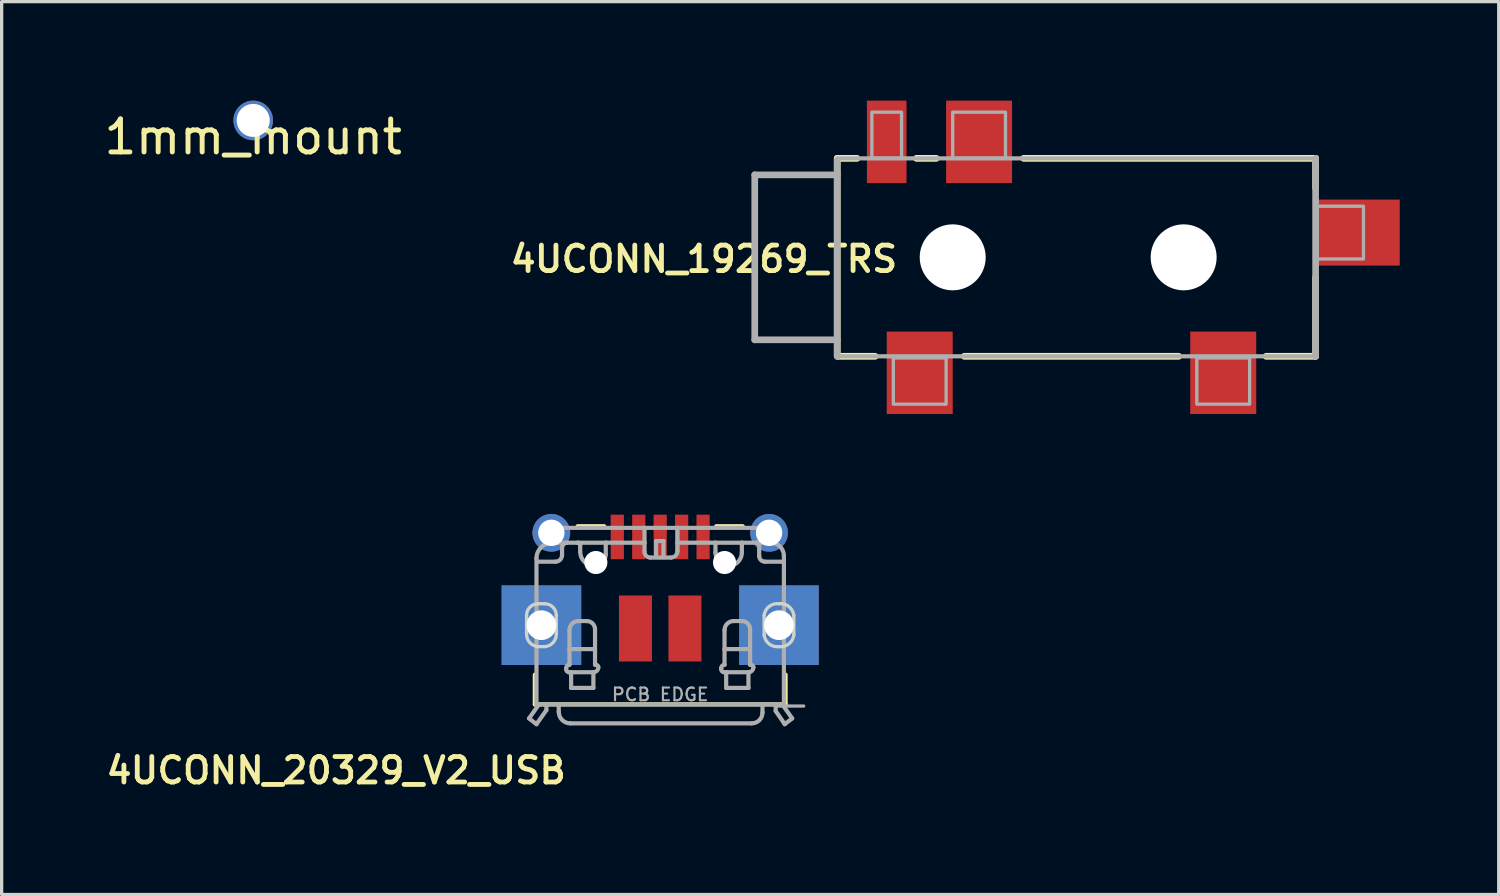
<source format=kicad_pcb>
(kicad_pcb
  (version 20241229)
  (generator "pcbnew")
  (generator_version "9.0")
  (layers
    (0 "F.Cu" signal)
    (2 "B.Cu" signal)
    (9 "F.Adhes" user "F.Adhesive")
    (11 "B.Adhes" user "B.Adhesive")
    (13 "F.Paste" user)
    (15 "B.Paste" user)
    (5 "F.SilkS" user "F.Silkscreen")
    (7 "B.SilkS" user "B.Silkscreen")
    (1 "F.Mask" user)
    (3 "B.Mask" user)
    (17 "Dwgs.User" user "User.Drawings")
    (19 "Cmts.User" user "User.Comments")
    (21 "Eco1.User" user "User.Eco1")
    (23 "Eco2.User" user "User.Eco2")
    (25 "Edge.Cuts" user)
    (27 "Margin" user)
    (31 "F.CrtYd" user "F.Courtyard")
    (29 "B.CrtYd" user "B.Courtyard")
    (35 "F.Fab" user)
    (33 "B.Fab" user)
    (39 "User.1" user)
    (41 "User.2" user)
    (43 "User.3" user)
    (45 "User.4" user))
  (footprint "4UCONN_19269_TRS"
    (layer "F.Cu")
    (at 22.327 4.75)
    (property "Reference" "4UCONN_19269_TRS" (at 1.9 -0.4 0) (layer "F.SilkS") (effects (font (size 0.772 0.772) (thickness 0.146)) (justify right top)))
    (attr through_hole)
    (fp_line (start 0 -3) (end 0 3) (stroke (width 0.203) (type solid)) (layer "F.SilkS"))
    (fp_line (start 0 -3) (end 0.6 -3) (stroke (width 0.203) (type solid)) (layer "F.SilkS"))
    (fp_line (start 0.05 3) (end 1.15 3) (stroke (width 0.203) (type solid)) (layer "F.SilkS"))
    (fp_line (start 2.4 -3) (end 3 -3) (stroke (width 0.203) (type solid)) (layer "F.SilkS"))
    (fp_line (start 3.85 3) (end 10.35 3) (stroke (width 0.203) (type solid)) (layer "F.SilkS"))
    (fp_line (start 14.5 -3) (end 5.65 -3) (stroke (width 0.203) (type solid)) (layer "F.SilkS"))
    (fp_line (start 14.5 -3) (end 14.5 -2.1) (stroke (width 0.203) (type solid)) (layer "F.SilkS"))
    (fp_line (start 14.5 3) (end 13 3) (stroke (width 0.203) (type solid)) (layer "F.SilkS"))
    (fp_line (start 14.5 3) (end 14.5 0.6) (stroke (width 0.203) (type solid)) (layer "F.SilkS"))
    (fp_line (start -2.5 -2.5) (end -2.5 2.5) (stroke (width 0.203) (type solid)) (layer "F.Fab"))
    (fp_line (start -2.5 2.5) (end 0 2.5) (stroke (width 0.203) (type solid)) (layer "F.Fab"))
    (fp_line (start 0 -3) (end 14.5 -3) (stroke (width 0.127) (type solid)) (layer "F.Fab"))
    (fp_line (start 0 -2.5) (end -2.5 -2.5) (stroke (width 0.203) (type solid)) (layer "F.Fab"))
    (fp_line (start 0 -2.5) (end 0 -2.95) (stroke (width 0.203) (type solid)) (layer "F.Fab"))
    (fp_line (start 0 2.5) (end 0 -2.5) (stroke (width 0.203) (type solid)) (layer "F.Fab"))
    (fp_line (start 0 3) (end 0 2.5) (stroke (width 0.203) (type solid)) (layer "F.Fab"))
    (fp_line (start 14.5 -3) (end 14.5 3) (stroke (width 0.203) (type solid)) (layer "F.Fab"))
    (fp_line (start 14.5 3) (end 0 3) (stroke (width 0.127) (type solid)) (layer "F.Fab"))
    (fp_poly (pts (xy 1.05 -3) (xy 1.95 -3) (xy 1.95 -4.4) (xy 1.05 -4.4)) (stroke (width 0.1) (type solid)) (fill no) (layer "F.Fab"))
    (fp_poly (pts (xy 1.7 4.45) (xy 3.3 4.45) (xy 3.3 3.05) (xy 1.7 3.05)) (stroke (width 0.1) (type solid)) (fill no) (layer "F.Fab"))
    (fp_poly (pts (xy 3.5 -3) (xy 5.1 -3) (xy 5.1 -4.4) (xy 3.5 -4.4)) (stroke (width 0.1) (type solid)) (fill no) (layer "F.Fab"))
    (fp_poly (pts (xy 10.9 4.45) (xy 12.5 4.45) (xy 12.5 3.05) (xy 10.9 3.05)) (stroke (width 0.1) (type solid)) (fill no) (layer "F.Fab"))
    (fp_poly (pts (xy 15.95 0.05) (xy 15.95 -1.55) (xy 14.55 -1.55) (xy 14.55 0.05)) (stroke (width 0.1) (type solid)) (fill no) (layer "F.Fab"))
    (pad "" np_thru_hole circle (at 3.5 0) (size 2 2) (drill 2) (layers "*.Cu" "*.Mask"))
    (pad "" np_thru_hole circle (at 10.5 0) (size 2 2) (drill 2) (layers "*.Cu" "*.Mask"))
    (pad "R" smd rect (at 4.3 -3.5) (size 2 2.5) (layers "F.Cu" "F.Mask" "F.Paste"))
    (pad "RN" smd rect (at 1.5 -3.5) (size 1.2 2.5) (layers "F.Cu" "F.Mask" "F.Paste"))
    (pad "S" smd rect (at 2.5 3.5) (size 2 2.5) (layers "F.Cu" "F.Mask" "F.Paste"))
    (pad "T" smd rect (at 11.7 3.5) (size 2 2.5) (layers "F.Cu" "F.Mask" "F.Paste"))
    (pad "TN" smd rect (at 15.8 -0.75 90) (size 2 2.5) (layers "F.Cu" "F.Mask" "F.Paste")))
  (footprint "4UCONN_20329_V2_USB"
    (layer "F.Cu")
    (at 16.961 14)
    (property "Reference" "4UCONN_20329_V2_USB" (at -2.778 5.852 0) (layer "F.SilkS") (effects (font (size 0.772 0.772) (thickness 0.146)) (justify right top)))
    (attr through_hole)
    (fp_poly (pts (xy -1.55 -0.05) (xy -1.05 -0.05) (xy -1.05 -1.5) (xy -1.55 -1.5)) (stroke (width 0) (type solid)) (fill yes) (layer "F.Mask"))
    (fp_poly (pts (xy -0.9 -0.05) (xy -0.4 -0.05) (xy -0.4 -1.5) (xy -0.9 -1.5)) (stroke (width 0) (type solid)) (fill yes) (layer "F.Mask"))
    (fp_poly (pts (xy -0.25 -0.05) (xy 0.25 -0.05) (xy 0.25 -1.5) (xy -0.25 -1.5)) (stroke (width 0) (type solid)) (fill yes) (layer "F.Mask"))
    (fp_poly (pts (xy 0.4 -0.05) (xy 0.9 -0.05) (xy 0.9 -1.5) (xy 0.4 -1.5)) (stroke (width 0) (type solid)) (fill yes) (layer "F.Mask"))
    (fp_poly (pts (xy 1.05 -0.05) (xy 1.55 -0.05) (xy 1.55 -1.5) (xy 1.05 -1.5)) (stroke (width 0) (type solid)) (fill yes) (layer "F.Mask"))
    (fp_line (start -3.8 3.4) (end -3.8 4.3) (stroke (width 0.127) (type solid)) (layer "F.SilkS"))
    (fp_line (start -3.8 4.3) (end 3.8 4.3) (stroke (width 0.127) (type solid)) (layer "F.SilkS"))
    (fp_line (start -2.5 -1.1) (end -1.7 -1.1) (stroke (width 0.127) (type solid)) (layer "F.SilkS"))
    (fp_line (start 1.7 -1.1) (end 2.5 -1.1) (stroke (width 0.127) (type solid)) (layer "F.SilkS"))
    (fp_line (start 3.8 4.3) (end 3.8 3.4) (stroke (width 0.127) (type solid)) (layer "F.SilkS"))
    (fp_poly (pts (xy -4.85 3.15) (xy -2.35 3.15) (xy -2.35 0.65) (xy -4.85 0.65)) (stroke (width 0) (type solid)) (fill yes) (layer "F.Paste"))
    (fp_poly (pts (xy -1.45 -0.15) (xy -1.15 -0.15) (xy -1.15 -1.4) (xy -1.45 -1.4)) (stroke (width 0) (type solid)) (fill yes) (layer "F.Paste"))
    (fp_poly (pts (xy -0.8 -0.15) (xy -0.5 -0.15) (xy -0.5 -1.4) (xy -0.8 -1.4)) (stroke (width 0) (type solid)) (fill yes) (layer "F.Paste"))
    (fp_poly (pts (xy -0.15 -0.15) (xy 0.15 -0.15) (xy 0.15 -1.4) (xy -0.15 -1.4)) (stroke (width 0) (type solid)) (fill yes) (layer "F.Paste"))
    (fp_poly (pts (xy 0.5 -0.15) (xy 0.8 -0.15) (xy 0.8 -1.4) (xy 0.5 -1.4)) (stroke (width 0) (type solid)) (fill yes) (layer "F.Paste"))
    (fp_poly (pts (xy 1.15 -0.15) (xy 1.45 -0.15) (xy 1.45 -1.4) (xy 1.15 -1.4)) (stroke (width 0) (type solid)) (fill yes) (layer "F.Paste"))
    (fp_poly (pts (xy 2.35 3.15) (xy 4.85 3.15) (xy 4.85 0.65) (xy 2.35 0.65)) (stroke (width 0) (type solid)) (fill yes) (layer "F.Paste"))
    (fp_poly (pts (xy -5.05 -0.9) (xy -5.014 -0.724) (xy -4.925 -0.567) (xy -4.793 -0.445) (xy -4.45 -0.35) (xy -3.35 -0.35) (xy -3.171 -0.37) (xy -3.007 -0.445) (xy -2.875 -0.567) (xy -2.786 -0.724) (xy -2.75 -0.9) (xy -2.786 -1.076) (xy -2.875 -1.233) (xy -3.007 -1.355) (xy -3.35 -1.45) (xy -4.45 -1.45) (xy -4.629 -1.43) (xy -4.793 -1.355) (xy -4.925 -1.233)) (stroke (width 0) (type solid)) (fill yes) (layer "F.Paste"))
    (fp_poly (pts (xy 2.75 -0.9) (xy 2.786 -0.724) (xy 2.875 -0.567) (xy 3.007 -0.445) (xy 3.35 -0.35) (xy 4.45 -0.35) (xy 4.629 -0.37) (xy 4.793 -0.445) (xy 4.925 -0.567) (xy 5.014 -0.724) (xy 5.05 -0.9) (xy 5.014 -1.076) (xy 4.925 -1.233) (xy 4.793 -1.355) (xy 4.45 -1.45) (xy 3.35 -1.45) (xy 3.171 -1.43) (xy 3.007 -1.355) (xy 2.875 -1.233)) (stroke (width 0) (type solid)) (fill yes) (layer "F.Paste"))
    (fp_line (start -4.05 2.15) (end -4.05 1.6) (stroke (width 0.1) (type solid)) (layer "Edge.Cuts"))
    (fp_line (start -3.7 1.25) (end -3.5 1.25) (stroke (width 0.1) (type solid)) (layer "Edge.Cuts"))
    (fp_line (start -3.5 2.55) (end -3.7 2.55) (stroke (width 0.1) (type solid)) (layer "Edge.Cuts"))
    (fp_line (start -3.15 1.6) (end -3.15 2.15) (stroke (width 0.1) (type solid)) (layer "Edge.Cuts"))
    (fp_line (start 3.15 2.2) (end 3.15 1.6) (stroke (width 0.1) (type solid)) (layer "Edge.Cuts"))
    (fp_line (start 4.05 1.6) (end 4.05 2.2) (stroke (width 0.1) (type solid)) (layer "Edge.Cuts"))
    (fp_arc (start -4.05 1.6) (mid -3.947487 1.352513) (end -3.7 1.25) (stroke (width 0.1) (type solid)) (layer "Edge.Cuts"))
    (fp_arc (start -3.7 2.55) (mid -3.957843 2.422487) (end -4.05 2.15) (stroke (width 0.1) (type solid)) (layer "Edge.Cuts"))
    (fp_arc (start -3.5 1.25) (mid -3.252513 1.352513) (end -3.15 1.6) (stroke (width 0.1) (type solid)) (layer "Edge.Cuts"))
    (fp_arc (start -3.15 2.15) (mid -3.242157 2.422487) (end -3.5 2.55) (stroke (width 0.1) (type solid)) (layer "Edge.Cuts"))
    (fp_arc (start 3.15 1.6) (mid 3.302513 1.331802) (end 3.6 1.25) (stroke (width 0.1) (type solid)) (layer "Edge.Cuts"))
    (fp_arc (start 3.6 1.25) (mid 3.897487 1.331802) (end 4.05 1.6) (stroke (width 0.1) (type solid)) (layer "Edge.Cuts"))
    (fp_arc (start 3.6 2.55) (mid 3.302513 2.468198) (end 3.15 2.2) (stroke (width 0.1) (type solid)) (layer "Edge.Cuts"))
    (fp_arc (start 4.05 2.2) (mid 3.897487 2.468198) (end 3.6 2.55) (stroke (width 0.1) (type solid)) (layer "Edge.Cuts"))
    (fp_line (start -3.975 4.725) (end -3.75 4.9) (stroke (width 0.127) (type solid)) (layer "F.Fab"))
    (fp_line (start -3.975 4.725) (end -3.675 4.3) (stroke (width 0.127) (type solid)) (layer "F.Fab"))
    (fp_line (start -3.75 -0.125) (end -3.75 4.3) (stroke (width 0.127) (type solid)) (layer "F.Fab"))
    (fp_line (start -3.75 4.3) (end -3.675 4.3) (stroke (width 0.127) (type solid)) (layer "F.Fab"))
    (fp_line (start -3.75 4.9) (end -3.45 4.475) (stroke (width 0.127) (type solid)) (layer "F.Fab"))
    (fp_line (start -3.725 -0.025) (end -3.175 -0.025) (stroke (width 0.127) (type solid)) (layer "F.Fab"))
    (fp_line (start -3.675 4.3) (end -3.45 4.3) (stroke (width 0.127) (type solid)) (layer "F.Fab"))
    (fp_line (start -3.575 -1.05) (end -0.475 -1.05) (stroke (width 0.127) (type solid)) (layer "F.Fab"))
    (fp_line (start -3.575 -0.75) (end -3.575 -1.05) (stroke (width 0.127) (type solid)) (layer "F.Fab"))
    (fp_line (start -3.45 4.3) (end -3.075 4.3) (stroke (width 0.127) (type solid)) (layer "F.Fab"))
    (fp_line (start -3.45 4.475) (end -3.45 4.3) (stroke (width 0.127) (type solid)) (layer "F.Fab"))
    (fp_line (start -3.425 -0.75) (end -3.575 -0.75) (stroke (width 0.127) (type solid)) (layer "F.Fab"))
    (fp_line (start -3.425 -0.625) (end -3.425 -0.75) (stroke (width 0.127) (type solid)) (layer "F.Fab"))
    (fp_line (start -3.075 4.3) (end -3.075 4.525) (stroke (width 0.127) (type solid)) (layer "F.Fab"))
    (fp_line (start -3.075 4.3) (end 3.1 4.3) (stroke (width 0.127) (type solid)) (layer "F.Fab"))
    (fp_line (start -2.975 -0.225) (end -2.975 -0.45) (stroke (width 0.127) (type solid)) (layer "F.Fab"))
    (fp_line (start -2.85 3.225) (end -2.85 3.2) (stroke (width 0.127) (type solid)) (layer "F.Fab"))
    (fp_line (start -2.825 -0.6) (end -3.275 -0.6) (stroke (width 0.127) (type solid)) (layer "F.Fab"))
    (fp_line (start -2.825 -0.6) (end -2.5 -0.6) (stroke (width 0.127) (type solid)) (layer "F.Fab"))
    (fp_line (start -2.75 2.625) (end -2.75 2.05) (stroke (width 0.127) (type solid)) (layer "F.Fab"))
    (fp_line (start -2.75 2.625) (end -2 2.625) (stroke (width 0.127) (type solid)) (layer "F.Fab"))
    (fp_line (start -2.75 3.1) (end -2.75 2.625) (stroke (width 0.127) (type solid)) (layer "F.Fab"))
    (fp_line (start -2.725 4.875) (end 2.775 4.875) (stroke (width 0.127) (type solid)) (layer "F.Fab"))
    (fp_line (start -2.7 3.325) (end -2.775 3.325) (stroke (width 0.127) (type solid)) (layer "F.Fab"))
    (fp_line (start -2.7 3.325) (end -2 3.325) (stroke (width 0.127) (type solid)) (layer "F.Fab"))
    (fp_line (start -2.7 3.8) (end -2.7 3.325) (stroke (width 0.127) (type solid)) (layer "F.Fab"))
    (fp_line (start -2.475 1.775) (end -2.225 1.775) (stroke (width 0.127) (type solid)) (layer "F.Fab"))
    (fp_line (start -2.425 -0.525) (end -2.425 -0.325) (stroke (width 0.127) (type solid)) (layer "F.Fab"))
    (fp_line (start -2.025 3.325) (end -2.025 3.8) (stroke (width 0.127) (type solid)) (layer "F.Fab"))
    (fp_line (start -2.025 3.8) (end -2.7 3.8) (stroke (width 0.127) (type solid)) (layer "F.Fab"))
    (fp_line (start -1.975 2.025) (end -1.975 3.1) (stroke (width 0.127) (type solid)) (layer "F.Fab"))
    (fp_line (start -1.975 3.1) (end -1.95 3.1) (stroke (width 0.127) (type solid)) (layer "F.Fab"))
    (fp_line (start -1.65 -0.6) (end -2.5 -0.6) (stroke (width 0.127) (type solid)) (layer "F.Fab"))
    (fp_line (start -1.65 -0.25) (end -1.65 -0.6) (stroke (width 0.127) (type solid)) (layer "F.Fab"))
    (fp_line (start -0.475 -1.05) (end 0.525 -1.05) (stroke (width 0.127) (type solid)) (layer "F.Fab"))
    (fp_line (start -0.475 -0.6) (end -1.65 -0.6) (stroke (width 0.127) (type solid)) (layer "F.Fab"))
    (fp_line (start -0.475 -0.6) (end -0.475 -1.05) (stroke (width 0.127) (type solid)) (layer "F.Fab"))
    (fp_line (start -0.475 -0.325) (end -0.475 -0.6) (stroke (width 0.127) (type solid)) (layer "F.Fab"))
    (fp_line (start -0.125 -0.65) (end 0.1 -0.65) (stroke (width 0.127) (type solid)) (layer "F.Fab"))
    (fp_line (start -0.125 -0.175) (end -0.125 -0.65) (stroke (width 0.127) (type solid)) (layer "F.Fab"))
    (fp_line (start 0.1 -0.65) (end 0.1 -0.175) (stroke (width 0.127) (type solid)) (layer "F.Fab"))
    (fp_line (start 0.325 -0.15) (end -0.3 -0.15) (stroke (width 0.127) (type solid)) (layer "F.Fab"))
    (fp_line (start 0.525 -1.05) (end 0.525 -0.6) (stroke (width 0.127) (type solid)) (layer "F.Fab"))
    (fp_line (start 0.525 -1.05) (end 3.6 -1.05) (stroke (width 0.127) (type solid)) (layer "F.Fab"))
    (fp_line (start 0.525 -0.6) (end 0.525 -0.35) (stroke (width 0.127) (type solid)) (layer "F.Fab"))
    (fp_line (start 1.675 -0.6) (end 0.525 -0.6) (stroke (width 0.127) (type solid)) (layer "F.Fab"))
    (fp_line (start 1.675 -0.6) (end 1.675 -0.3) (stroke (width 0.127) (type solid)) (layer "F.Fab"))
    (fp_line (start 1.85 3.225) (end 1.85 3.2) (stroke (width 0.127) (type solid)) (layer "F.Fab"))
    (fp_line (start 1.95 2.625) (end 1.95 2.05) (stroke (width 0.127) (type solid)) (layer "F.Fab"))
    (fp_line (start 1.95 2.625) (end 2.7 2.625) (stroke (width 0.127) (type solid)) (layer "F.Fab"))
    (fp_line (start 1.95 3.1) (end 1.95 2.625) (stroke (width 0.127) (type solid)) (layer "F.Fab"))
    (fp_line (start 2 3.325) (end 1.925 3.325) (stroke (width 0.127) (type solid)) (layer "F.Fab"))
    (fp_line (start 2 3.325) (end 2.7 3.325) (stroke (width 0.127) (type solid)) (layer "F.Fab"))
    (fp_line (start 2 3.8) (end 2 3.325) (stroke (width 0.127) (type solid)) (layer "F.Fab"))
    (fp_line (start 2.225 1.775) (end 2.475 1.775) (stroke (width 0.127) (type solid)) (layer "F.Fab"))
    (fp_line (start 2.475 -0.6) (end 1.675 -0.6) (stroke (width 0.127) (type solid)) (layer "F.Fab"))
    (fp_line (start 2.475 -0.6) (end 2.925 -0.6) (stroke (width 0.127) (type solid)) (layer "F.Fab"))
    (fp_line (start 2.475 -0.3) (end 2.475 -0.6) (stroke (width 0.127) (type solid)) (layer "F.Fab"))
    (fp_line (start 2.675 3.325) (end 2.675 3.8) (stroke (width 0.127) (type solid)) (layer "F.Fab"))
    (fp_line (start 2.675 3.8) (end 2 3.8) (stroke (width 0.127) (type solid)) (layer "F.Fab"))
    (fp_line (start 2.725 2.025) (end 2.725 3.1) (stroke (width 0.127) (type solid)) (layer "F.Fab"))
    (fp_line (start 2.725 3.1) (end 2.75 3.1) (stroke (width 0.127) (type solid)) (layer "F.Fab"))
    (fp_line (start 3 -0.525) (end 3 -0.2) (stroke (width 0.127) (type solid)) (layer "F.Fab"))
    (fp_line (start 3.1 4.3) (end 3.7 4.3) (stroke (width 0.127) (type solid)) (layer "F.Fab"))
    (fp_line (start 3.1 4.55) (end 3.1 4.3) (stroke (width 0.127) (type solid)) (layer "F.Fab"))
    (fp_line (start 3.175 -0.025) (end 3.725 -0.025) (stroke (width 0.127) (type solid)) (layer "F.Fab"))
    (fp_line (start 3.35 -0.775) (end 3.35 -0.6) (stroke (width 0.127) (type solid)) (layer "F.Fab"))
    (fp_line (start 3.35 -0.6) (end 2.925 -0.6) (stroke (width 0.127) (type solid)) (layer "F.Fab"))
    (fp_line (start 3.5 4.35) (end 4.35 4.35) (stroke (width 0.1) (type solid)) (layer "F.Fab"))
    (fp_line (start 3.5 4.5) (end 3.5 4.35) (stroke (width 0.127) (type solid)) (layer "F.Fab"))
    (fp_line (start 3.6 -1.05) (end 3.6 -0.775) (stroke (width 0.127) (type solid)) (layer "F.Fab"))
    (fp_line (start 3.6 -0.775) (end 3.35 -0.775) (stroke (width 0.127) (type solid)) (layer "F.Fab"))
    (fp_line (start 3.7 4.3) (end 3.75 4.3) (stroke (width 0.127) (type solid)) (layer "F.Fab"))
    (fp_line (start 3.7 4.3) (end 4 4.725) (stroke (width 0.127) (type solid)) (layer "F.Fab"))
    (fp_line (start 3.75 4.3) (end 3.75 -0.2) (stroke (width 0.127) (type solid)) (layer "F.Fab"))
    (fp_line (start 3.775 4.9) (end 3.5 4.5) (stroke (width 0.127) (type solid)) (layer "F.Fab"))
    (fp_line (start 4 4.725) (end 3.775 4.9) (stroke (width 0.127) (type solid)) (layer "F.Fab"))
    (fp_arc (start -3.750001 -0.124999) (mid -3.610876 -0.460875) (end -3.275 -0.6) (stroke (width 0.127) (type solid)) (layer "F.Fab"))
    (fp_arc (start -2.975 -0.45) (mid -2.931066 -0.556066) (end -2.825 -0.6) (stroke (width 0.127) (type solid)) (layer "F.Fab"))
    (fp_arc (start -2.975 -0.225) (mid -3.033579 -0.083579) (end -3.175 -0.025) (stroke (width 0.127) (type solid)) (layer "F.Fab"))
    (fp_arc (start -2.85 3.2) (mid -2.820711 3.129289) (end -2.75 3.1) (stroke (width 0.127) (type solid)) (layer "F.Fab"))
    (fp_arc (start -2.775 3.325) (mid -2.833211 3.290533) (end -2.85 3.225) (stroke (width 0.127) (type solid)) (layer "F.Fab"))
    (fp_arc (start -2.75 2.05) (mid -2.669454 1.855546) (end -2.475 1.775) (stroke (width 0.127) (type solid)) (layer "F.Fab"))
    (fp_arc (start -2.725 4.875) (mid -2.972487 4.772487) (end -3.075 4.525) (stroke (width 0.127) (type solid)) (layer "F.Fab"))
    (fp_arc (start -2.5 -0.6) (mid -2.446967 -0.578033) (end -2.425 -0.525) (stroke (width 0.127) (type solid)) (layer "F.Fab"))
    (fp_arc (start -2.225 1.775) (mid -2.048223 1.848223) (end -1.975 2.025) (stroke (width 0.127) (type solid)) (layer "F.Fab"))
    (fp_arc (start -2 0.1) (mid -2.30052 -0.02448) (end -2.425 -0.325) (stroke (width 0.127) (type solid)) (layer "F.Fab"))
    (fp_arc (start -1.95 3.1) (mid -1.896967 3.121967) (end -1.875 3.175) (stroke (width 0.127) (type solid)) (layer "F.Fab"))
    (fp_arc (start -1.875 3.175) (mid -1.918934 3.281066) (end -2.025 3.325) (stroke (width 0.127) (type solid)) (layer "F.Fab"))
    (fp_arc (start -1.65 -0.25) (mid -1.752513 -0.002513) (end -2 0.1) (stroke (width 0.127) (type solid)) (layer "F.Fab"))
    (fp_arc (start -0.3 -0.15) (mid -0.423744 -0.201256) (end -0.475 -0.325) (stroke (width 0.127) (type solid)) (layer "F.Fab"))
    (fp_arc (start 0.525 -0.35) (mid 0.466421 -0.208579) (end 0.325 -0.15) (stroke (width 0.127) (type solid)) (layer "F.Fab"))
    (fp_arc (start 1.85 3.2) (mid 1.879289 3.129289) (end 1.95 3.1) (stroke (width 0.127) (type solid)) (layer "F.Fab"))
    (fp_arc (start 1.925 3.325) (mid 1.866789 3.290533) (end 1.85 3.225) (stroke (width 0.127) (type solid)) (layer "F.Fab"))
    (fp_arc (start 1.95 2.05) (mid 2.030546 1.855546) (end 2.225 1.775) (stroke (width 0.127) (type solid)) (layer "F.Fab"))
    (fp_arc (start 2.075 0.1) (mid 1.792157 -0.017157) (end 1.675 -0.3) (stroke (width 0.127) (type solid)) (layer "F.Fab"))
    (fp_arc (start 2.475 -0.3) (mid 2.357843 -0.017157) (end 2.075 0.1) (stroke (width 0.127) (type solid)) (layer "F.Fab"))
    (fp_arc (start 2.475 1.775) (mid 2.651777 1.848223) (end 2.725 2.025) (stroke (width 0.127) (type solid)) (layer "F.Fab"))
    (fp_arc (start 2.75 3.1) (mid 2.803033 3.121967) (end 2.825 3.175) (stroke (width 0.127) (type solid)) (layer "F.Fab"))
    (fp_arc (start 2.825 3.175) (mid 2.781066 3.281066) (end 2.675 3.325) (stroke (width 0.127) (type solid)) (layer "F.Fab"))
    (fp_arc (start 2.925 -0.6) (mid 2.978033 -0.578033) (end 3 -0.525) (stroke (width 0.127) (type solid)) (layer "F.Fab"))
    (fp_arc (start 3.1 4.55) (mid 3.00481 4.77981) (end 2.775 4.875) (stroke (width 0.127) (type solid)) (layer "F.Fab"))
    (fp_arc (start 3.175 -0.025) (mid 3.051256 -0.076256) (end 3 -0.2) (stroke (width 0.127) (type solid)) (layer "F.Fab"))
    (fp_arc (start 3.349999 -0.599999) (mid 3.632842 -0.482842) (end 3.75 -0.2) (stroke (width 0.127) (type solid)) (layer "F.Fab"))
    (fp_text user "PCB EDGE" (at 0 4 0) (layer "F.Fab") (effects (font (size 0.386 0.386) (thickness 0.065))))
    (pad "" np_thru_hole circle (at -1.95 0) (size 0.7 0.7) (drill 0.7) (layers "*.Cu" "*.Mask"))
    (pad "" np_thru_hole circle (at 1.95 0) (size 0.7 0.7) (drill 0.7) (layers "*.Cu" "*.Mask"))
    (pad "1" smd rect (at -1.3 -0.775) (size 0.4 1.35) (layers "F.Cu" "F.Mask"))
    (pad "2" smd rect (at -0.65 -0.775) (size 0.4 1.35) (layers "F.Cu" "F.Mask"))
    (pad "3" smd rect (at 0 -0.775) (size 0.4 1.35) (layers "F.Cu" "F.Mask"))
    (pad "4" smd rect (at 0.65 -0.775) (size 0.4 1.35) (layers "F.Cu" "F.Mask"))
    (pad "5" smd rect (at 1.3 -0.775) (size 0.4 1.35) (layers "F.Cu" "F.Mask"))
    (pad "6" thru_hole rect (at -3.6 1.9 90) (size 2.413 2.413) (drill 0.9) (layers "*.Cu" "*.Mask"))
    (pad "6" thru_hole circle (at -3.3 -0.9 180) (size 1.143 1.143) (drill 0.8) (layers "*.Cu" "*.Mask"))
    (pad "6" smd rect (at -0.75 2 90) (size 2 1) (layers "F.Cu" "F.Mask" "F.Paste"))
    (pad "6" smd rect (at 0.75 2 90) (size 2 1) (layers "F.Cu" "F.Mask" "F.Paste"))
    (pad "6" thru_hole circle (at 3.3 -0.9) (size 1.143 1.143) (drill 0.8) (layers "*.Cu" "*.Mask"))
    (pad "6" thru_hole rect (at 3.6 1.9 90) (size 2.413 2.413) (drill 0.9) (layers "*.Cu" "*.Mask")))
  (footprint "1mm_mount"
    (layer "F.Cu")
    (at 4.625 0.6)
    (property "Reference" "1mm_mount" (at 0 0.5 0) (layer "F.SilkS") (effects (font (size 1 1) (thickness 0.15))))
    (attr through_hole)
    (pad "1" thru_hole circle (at 0 0) (size 1.2 1.2) (drill 1) (layers "*.Cu" "*.Mask")))
  (gr_rect
    (start -3 -3)
    (end 42.377 24.063)
    (stroke (width 0.1) (type default))
    (fill no)
    (layer "Edge.Cuts")))
</source>
